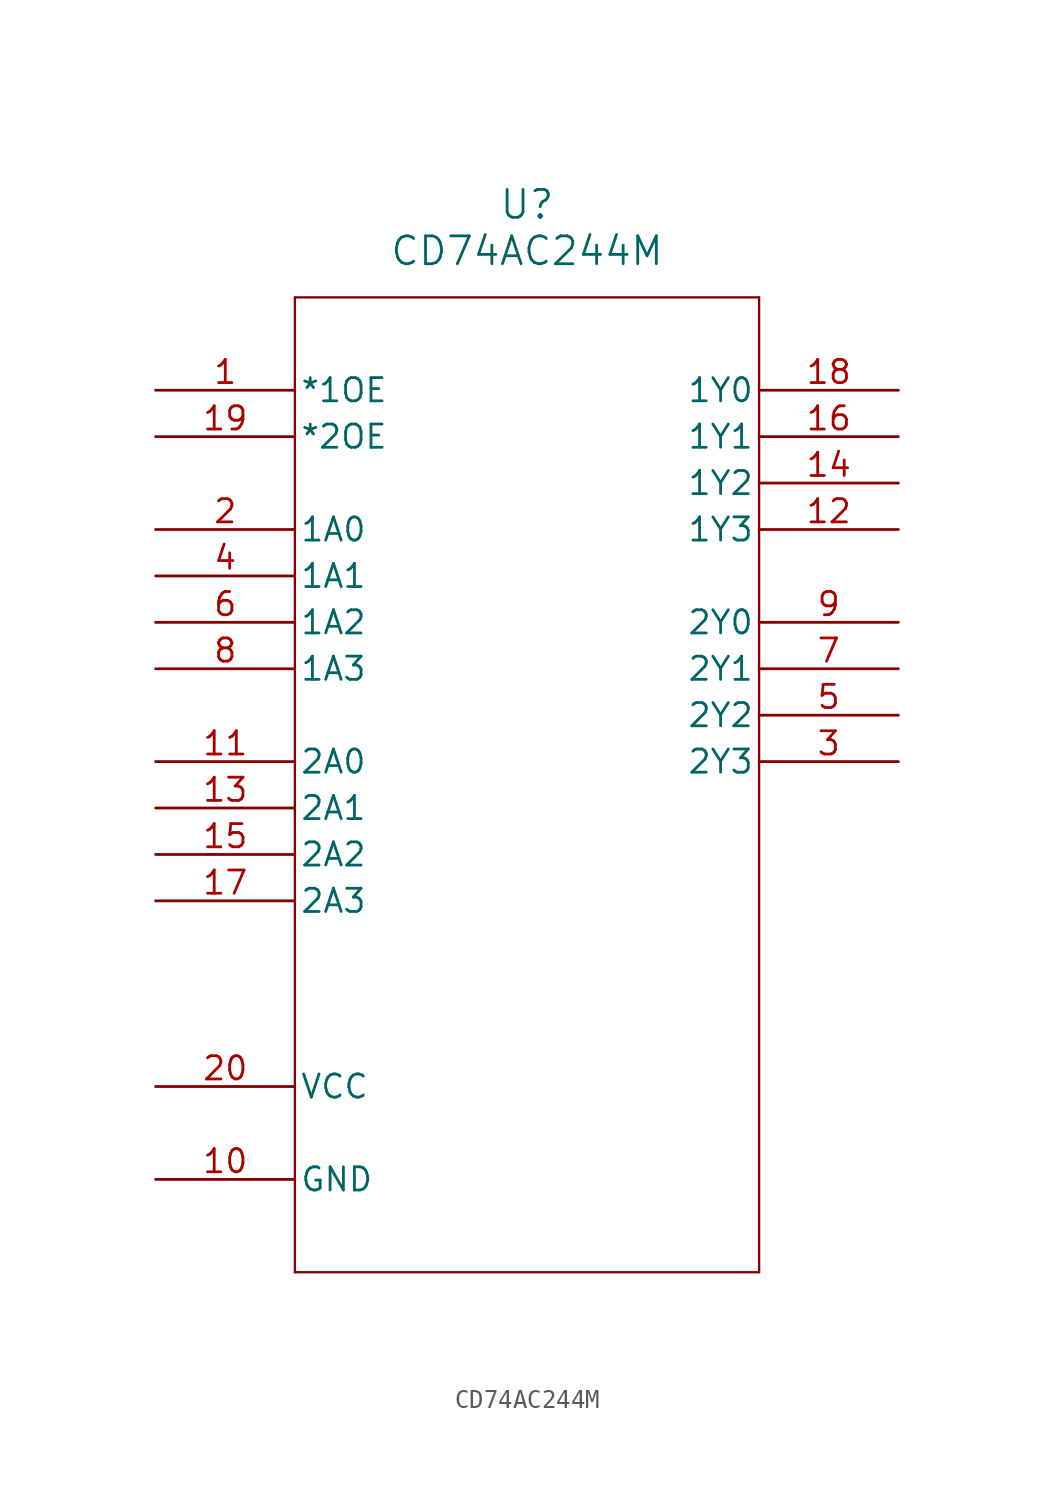
<source format=kicad_sym>
(kicad_symbol_lib
  (version 20211014)
  (generator kicad_symbol_editor)
  (symbol "CD74AC244M"
    (pin_names
      (offset 0.254))
    (property "Reference" "U"
      (at 20.32 10.16 0)
      (effects (font (size 1.524 1.524))))
    (property "Value" "CD74AC244M"
      (at 20.32 7.62 0)
      (effects (font (size 1.524 1.524))))
    (symbol "CD74AC244M_0_1"
      (polyline (pts (xy 7.62 5.08) (xy 7.62 -48.26)) (stroke (width 0.127) (type default) (color 0 0 0 0)) (fill (type none)))
      (polyline (pts (xy 7.62 -48.26) (xy 33.02 -48.26)) (stroke (width 0.127) (type default) (color 0 0 0 0)) (fill (type none)))
      (polyline (pts (xy 33.02 -48.26) (xy 33.02 5.08)) (stroke (width 0.127) (type default) (color 0 0 0 0)) (fill (type none)))
      (polyline (pts (xy 33.02 5.08) (xy 7.62 5.08)) (stroke (width 0.127) (type default) (color 0 0 0 0)) (fill (type none)))
      (pin input line (at 0 0 0) (length 7.62) (name "*1OE" (effects (font (size 1.27 1.27)))) (number "1" (effects (font (size 1.27 1.27)))))
      (pin input line (at 0 -7.62 0) (length 7.62) (name "1A0" (effects (font (size 1.27 1.27)))) (number "2" (effects (font (size 1.27 1.27)))))
      (pin output line (at 40.64 -20.32 180) (length 7.62) (name "2Y3" (effects (font (size 1.27 1.27)))) (number "3" (effects (font (size 1.27 1.27)))))
      (pin input line (at 0 -10.16 0) (length 7.62) (name "1A1" (effects (font (size 1.27 1.27)))) (number "4" (effects (font (size 1.27 1.27)))))
      (pin output line (at 40.64 -17.78 180) (length 7.62) (name "2Y2" (effects (font (size 1.27 1.27)))) (number "5" (effects (font (size 1.27 1.27)))))
      (pin input line (at 0 -12.7 0) (length 7.62) (name "1A2" (effects (font (size 1.27 1.27)))) (number "6" (effects (font (size 1.27 1.27)))))
      (pin output line (at 40.64 -15.24 180) (length 7.62) (name "2Y1" (effects (font (size 1.27 1.27)))) (number "7" (effects (font (size 1.27 1.27)))))
      (pin input line (at 0 -15.24 0) (length 7.62) (name "1A3" (effects (font (size 1.27 1.27)))) (number "8" (effects (font (size 1.27 1.27)))))
      (pin output line (at 40.64 -12.7 180) (length 7.62) (name "2Y0" (effects (font (size 1.27 1.27)))) (number "9" (effects (font (size 1.27 1.27)))))
      (pin power_in line (at 0 -43.18 0) (length 7.62) (name "GND" (effects (font (size 1.27 1.27)))) (number "10" (effects (font (size 1.27 1.27)))))
      (pin input line (at 0 -20.32 0) (length 7.62) (name "2A0" (effects (font (size 1.27 1.27)))) (number "11" (effects (font (size 1.27 1.27)))))
      (pin output line (at 40.64 -7.62 180) (length 7.62) (name "1Y3" (effects (font (size 1.27 1.27)))) (number "12" (effects (font (size 1.27 1.27)))))
      (pin input line (at 0 -22.86 0) (length 7.62) (name "2A1" (effects (font (size 1.27 1.27)))) (number "13" (effects (font (size 1.27 1.27)))))
      (pin output line (at 40.64 -5.08 180) (length 7.62) (name "1Y2" (effects (font (size 1.27 1.27)))) (number "14" (effects (font (size 1.27 1.27)))))
      (pin input line (at 0 -25.4 0) (length 7.62) (name "2A2" (effects (font (size 1.27 1.27)))) (number "15" (effects (font (size 1.27 1.27)))))
      (pin output line (at 40.64 -2.54 180) (length 7.62) (name "1Y1" (effects (font (size 1.27 1.27)))) (number "16" (effects (font (size 1.27 1.27)))))
      (pin input line (at 0 -27.94 0) (length 7.62) (name "2A3" (effects (font (size 1.27 1.27)))) (number "17" (effects (font (size 1.27 1.27)))))
      (pin output line (at 40.64 0 180) (length 7.62) (name "1Y0" (effects (font (size 1.27 1.27)))) (number "18" (effects (font (size 1.27 1.27)))))
      (pin input line (at 0 -2.54 0) (length 7.62) (name "*2OE" (effects (font (size 1.27 1.27)))) (number "19" (effects (font (size 1.27 1.27)))))
      (pin power_in line (at 0 -38.1 0) (length 7.62) (name "VCC" (effects (font (size 1.27 1.27)))) (number "20" (effects (font (size 1.27 1.27))))))))
</source>
